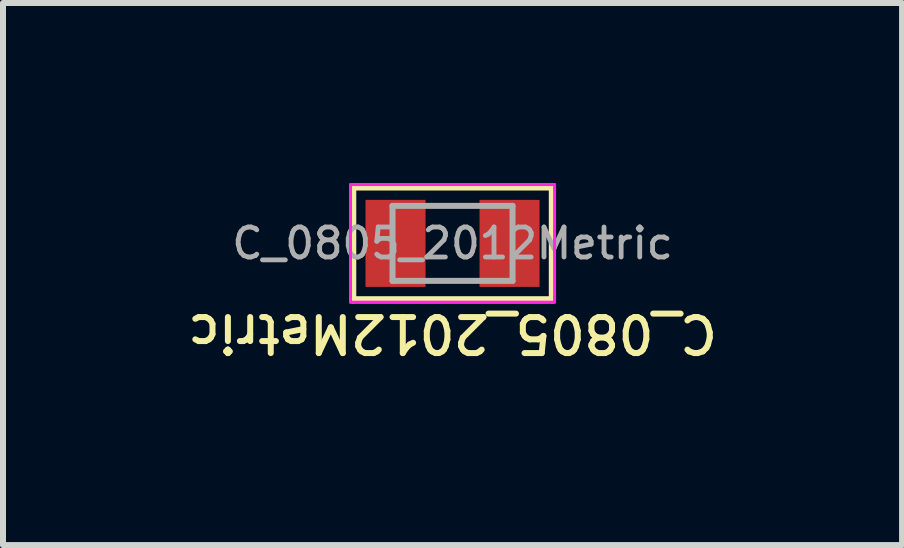
<source format=kicad_pcb>
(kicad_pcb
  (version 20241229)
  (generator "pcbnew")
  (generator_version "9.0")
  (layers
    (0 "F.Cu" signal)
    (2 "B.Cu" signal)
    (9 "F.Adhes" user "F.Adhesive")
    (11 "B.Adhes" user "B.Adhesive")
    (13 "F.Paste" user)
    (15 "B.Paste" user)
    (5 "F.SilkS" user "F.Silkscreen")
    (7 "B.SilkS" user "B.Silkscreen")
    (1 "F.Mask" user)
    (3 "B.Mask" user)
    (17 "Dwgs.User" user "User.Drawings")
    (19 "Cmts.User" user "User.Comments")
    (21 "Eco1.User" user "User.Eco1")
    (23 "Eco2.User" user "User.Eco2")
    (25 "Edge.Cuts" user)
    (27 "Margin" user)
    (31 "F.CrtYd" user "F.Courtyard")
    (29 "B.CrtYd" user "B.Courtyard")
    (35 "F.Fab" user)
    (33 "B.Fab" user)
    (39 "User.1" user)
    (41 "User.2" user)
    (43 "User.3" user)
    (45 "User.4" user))
  (footprint "C_0805_2012Metric"
    (layer "F.Cu")
    (at 4.49 1.005)
    (property "Reference" "C_0805_2012Metric" (at 0 1.5 180) (unlocked yes) (layer "F.SilkS") (effects (font (size 0.6 0.6) (thickness 0.1))))
    (attr smd)
    (fp_line (start -1.664 -0.94) (end 1.664 -0.94) (stroke (width 0.12) (type solid)) (layer "F.SilkS"))
    (fp_line (start -1.664 0.94) (end -1.664 -0.94) (stroke (width 0.12) (type solid)) (layer "F.SilkS"))
    (fp_line (start 1.664 -0.94) (end 1.664 0.94) (stroke (width 0.12) (type solid)) (layer "F.SilkS"))
    (fp_line (start 1.664 0.94) (end -1.664 0.94) (stroke (width 0.12) (type solid)) (layer "F.SilkS"))
    (fp_line (start -1.7 -0.98) (end 1.7 -0.98) (stroke (width 0.05) (type solid)) (layer "F.CrtYd"))
    (fp_line (start -1.7 0.98) (end -1.7 -0.98) (stroke (width 0.05) (type solid)) (layer "F.CrtYd"))
    (fp_line (start 1.7 -0.98) (end 1.7 0.98) (stroke (width 0.05) (type solid)) (layer "F.CrtYd"))
    (fp_line (start 1.7 0.98) (end -1.7 0.98) (stroke (width 0.05) (type solid)) (layer "F.CrtYd"))
    (fp_line (start -1 -0.625) (end 1 -0.625) (stroke (width 0.1) (type solid)) (layer "F.Fab"))
    (fp_line (start -1 0.625) (end -1 -0.625) (stroke (width 0.1) (type solid)) (layer "F.Fab"))
    (fp_line (start 1 -0.625) (end 1 0.625) (stroke (width 0.1) (type solid)) (layer "F.Fab"))
    (fp_line (start 1 0.625) (end -1 0.625) (stroke (width 0.1) (type solid)) (layer "F.Fab"))
    (fp_text user "${REFERENCE}" (at 0 0 0) (layer "F.Fab") (effects (font (size 0.5 0.5) (thickness 0.08))))
    (pad "1" smd rect (at -0.95 0) (size 1 1.45) (layers "F.Cu" "F.Mask" "F.Paste"))
    (pad "2" smd rect (at 0.95 0) (size 1 1.45) (layers "F.Cu" "F.Mask" "F.Paste")))
  (gr_rect
    (start -3 -3)
    (end 11.98 6.032)
    (stroke (width 0.1) (type default))
    (fill no)
    (layer "Edge.Cuts")))
</source>
